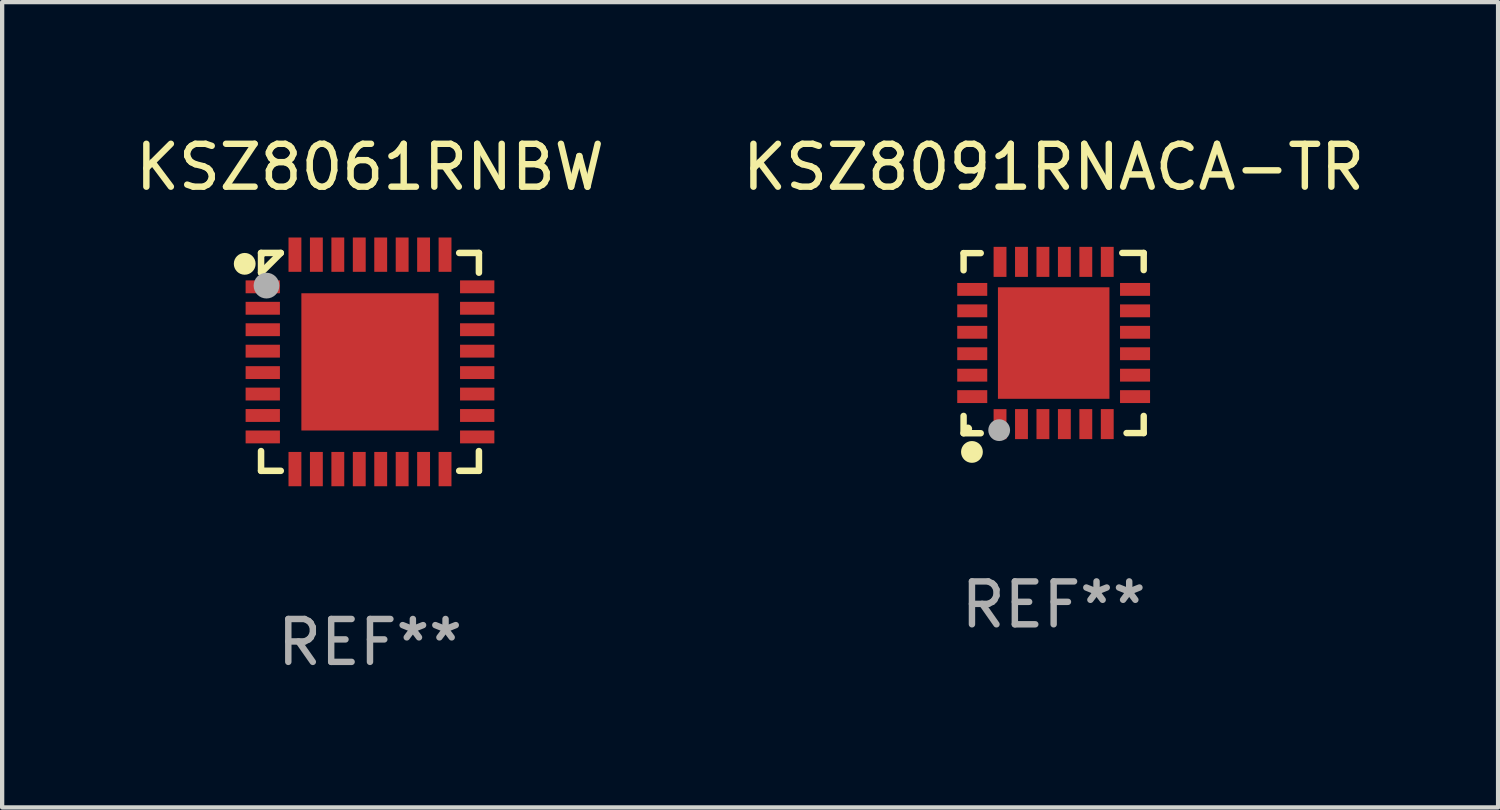
<source format=kicad_pcb>
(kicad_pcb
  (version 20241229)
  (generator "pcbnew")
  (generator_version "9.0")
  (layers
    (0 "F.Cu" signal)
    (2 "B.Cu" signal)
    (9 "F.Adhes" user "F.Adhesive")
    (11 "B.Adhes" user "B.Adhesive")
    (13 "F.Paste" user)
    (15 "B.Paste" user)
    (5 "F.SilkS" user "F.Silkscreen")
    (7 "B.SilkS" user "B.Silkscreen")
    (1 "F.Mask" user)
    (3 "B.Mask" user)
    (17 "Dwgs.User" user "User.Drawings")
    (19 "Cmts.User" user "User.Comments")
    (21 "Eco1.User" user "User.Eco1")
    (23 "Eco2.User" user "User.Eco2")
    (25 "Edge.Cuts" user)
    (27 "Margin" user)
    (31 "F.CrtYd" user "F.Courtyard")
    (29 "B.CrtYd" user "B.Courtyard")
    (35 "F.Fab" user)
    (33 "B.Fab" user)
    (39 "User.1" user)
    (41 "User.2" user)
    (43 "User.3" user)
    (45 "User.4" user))
  (footprint "KSZ8091RNACA-TR"
    (layer "F.Cu")
    (at 21.518 4.95)
    (property "Reference" "KSZ8091RNACA-TR" (at 0 -4.102 0) (layer "F.SilkS") (effects (font (size 1 1) (thickness 0.15))))
    (attr through_hole)
    (fp_line (start -2.1 -2.098) (end -1.7 -2.098) (stroke (width 0.15) (type solid)) (layer "F.SilkS"))
    (fp_line (start -2.1 -1.698) (end -2.1 -2.098) (stroke (width 0.15) (type solid)) (layer "F.SilkS"))
    (fp_line (start -2.1 2.102) (end -2.1 1.698) (stroke (width 0.15) (type solid)) (layer "F.SilkS"))
    (fp_line (start -1.7 2.102) (end -2.1 2.102) (stroke (width 0.15) (type solid)) (layer "F.SilkS"))
    (fp_line (start 1.6 -2.102) (end 2.1 -2.102) (stroke (width 0.15) (type solid)) (layer "F.SilkS"))
    (fp_line (start 1.7 2.098) (end 2.1 2.098) (stroke (width 0.15) (type solid)) (layer "F.SilkS"))
    (fp_line (start 2.1 -2.102) (end 2.1 -1.702) (stroke (width 0.15) (type solid)) (layer "F.SilkS"))
    (fp_line (start 2.1 2.098) (end 2.1 1.698) (stroke (width 0.15) (type solid)) (layer "F.SilkS"))
    (fp_circle (center -2 1.998) (end -1.95 1.998) (stroke (width 0.1) (type solid)) (fill no) (layer "F.SilkS"))
    (fp_circle (center -1.905 2.538) (end -1.778 2.538) (stroke (width 0.254) (type solid)) (fill no) (layer "F.SilkS"))
    (fp_circle (center -1.27 2.03) (end -1.143 2.03) (stroke (width 0.254) (type solid)) (fill no) (layer "F.Fab"))
    (fp_text user "REF**" (at 0 6.102 0) (layer "F.Fab") (effects (font (size 1 1) (thickness 0.15))))
    (pad "1" smd rect (at -1.25 1.89 180) (size 0.3 0.7) (layers "F.Cu" "F.Mask" "F.Paste"))
    (pad "2" smd rect (at -0.75 1.889 180) (size 0.3 0.7) (layers "F.Cu" "F.Mask" "F.Paste"))
    (pad "3" smd rect (at -0.25 1.889 180) (size 0.3 0.7) (layers "F.Cu" "F.Mask" "F.Paste"))
    (pad "4" smd rect (at 0.25 1.889 180) (size 0.3 0.7) (layers "F.Cu" "F.Mask" "F.Paste"))
    (pad "5" smd rect (at 0.75 1.889 180) (size 0.3 0.7) (layers "F.Cu" "F.Mask" "F.Paste"))
    (pad "6" smd rect (at 1.25 1.889 180) (size 0.3 0.7) (layers "F.Cu" "F.Mask" "F.Paste"))
    (pad "7" smd rect (at 1.898 1.248 270) (size 0.3 0.7) (layers "F.Cu" "F.Mask" "F.Paste"))
    (pad "8" smd rect (at 1.898 0.748 270) (size 0.3 0.7) (layers "F.Cu" "F.Mask" "F.Paste"))
    (pad "9" smd rect (at 1.898 0.248 270) (size 0.3 0.7) (layers "F.Cu" "F.Mask" "F.Paste"))
    (pad "10" smd rect (at 1.898 -0.252 270) (size 0.3 0.7) (layers "F.Cu" "F.Mask" "F.Paste"))
    (pad "11" smd rect (at 1.898 -0.752 270) (size 0.3 0.7) (layers "F.Cu" "F.Mask" "F.Paste"))
    (pad "12" smd rect (at 1.898 -1.252 270) (size 0.3 0.7) (layers "F.Cu" "F.Mask" "F.Paste"))
    (pad "13" smd rect (at 1.25 -1.894) (size 0.3 0.7) (layers "F.Cu" "F.Mask" "F.Paste"))
    (pad "14" smd rect (at 0.75 -1.894) (size 0.3 0.7) (layers "F.Cu" "F.Mask" "F.Paste"))
    (pad "15" smd rect (at 0.25 -1.894) (size 0.3 0.7) (layers "F.Cu" "F.Mask" "F.Paste"))
    (pad "16" smd rect (at -0.25 -1.894) (size 0.3 0.7) (layers "F.Cu" "F.Mask" "F.Paste"))
    (pad "17" smd rect (at -0.75 -1.894) (size 0.3 0.7) (layers "F.Cu" "F.Mask" "F.Paste"))
    (pad "18" smd rect (at -1.25 -1.894) (size 0.3 0.7) (layers "F.Cu" "F.Mask" "F.Paste"))
    (pad "19" smd rect (at -1.898 -1.252 90) (size 0.3 0.7) (layers "F.Cu" "F.Mask" "F.Paste"))
    (pad "20" smd rect (at -1.898 -0.752 90) (size 0.3 0.7) (layers "F.Cu" "F.Mask" "F.Paste"))
    (pad "21" smd rect (at -1.898 -0.252 90) (size 0.3 0.7) (layers "F.Cu" "F.Mask" "F.Paste"))
    (pad "22" smd rect (at -1.898 0.248 90) (size 0.3 0.7) (layers "F.Cu" "F.Mask" "F.Paste"))
    (pad "23" smd rect (at -1.898 0.748 90) (size 0.3 0.7) (layers "F.Cu" "F.Mask" "F.Paste"))
    (pad "24" smd rect (at -1.898 1.248 90) (size 0.3 0.7) (layers "F.Cu" "F.Mask" "F.Paste"))
    (pad "25" smd rect (at 0.001 -0.001 90) (size 2.6 2.6) (layers "F.Cu" "F.Mask" "F.Paste")))
  (footprint "KSZ8061RNBW"
    (layer "F.Cu")
    (at 5.577 5.388)
    (property "Reference" "KSZ8061RNBW" (at 0 -4.54 0) (layer "F.SilkS") (effects (font (size 1 1) (thickness 0.15))))
    (attr through_hole)
    (fp_line (start -2.54 -2.54) (end -2.08 -2.54) (stroke (width 0.152) (type solid)) (layer "F.SilkS"))
    (fp_line (start -2.54 -2.08) (end -2.54 -2.54) (stroke (width 0.152) (type solid)) (layer "F.SilkS"))
    (fp_line (start -2.54 -2.08) (end -2.08 -2.54) (stroke (width 0.152) (type solid)) (layer "F.SilkS"))
    (fp_line (start -2.54 2.54) (end -2.54 2.08) (stroke (width 0.152) (type solid)) (layer "F.SilkS"))
    (fp_line (start -2.08 2.54) (end -2.54 2.54) (stroke (width 0.152) (type solid)) (layer "F.SilkS"))
    (fp_line (start 2.08 -2.54) (end 2.54 -2.54) (stroke (width 0.152) (type solid)) (layer "F.SilkS"))
    (fp_line (start 2.54 -2.54) (end 2.54 -2.08) (stroke (width 0.152) (type solid)) (layer "F.SilkS"))
    (fp_line (start 2.54 2.08) (end 2.54 2.54) (stroke (width 0.152) (type solid)) (layer "F.SilkS"))
    (fp_line (start 2.54 2.54) (end 2.08 2.54) (stroke (width 0.152) (type solid)) (layer "F.SilkS"))
    (fp_circle (center -2.921 -2.286) (end -2.794 -2.286) (stroke (width 0.254) (type solid)) (fill no) (layer "F.SilkS"))
    (fp_circle (center -2.5 -2.5) (end -2.47 -2.5) (stroke (width 0.06) (type solid)) (fill no) (layer "F.SilkS"))
    (fp_circle (center -2.413 -1.778) (end -2.263 -1.778) (stroke (width 0.3) (type solid)) (fill no) (layer "F.Fab"))
    (fp_text user "REF**" (at 0 6.54 0) (layer "F.Fab") (effects (font (size 1 1) (thickness 0.15))))
    (pad "1" smd rect (at -2.5 -1.75 90) (size 0.3 0.8) (layers "F.Cu" "F.Mask" "F.Paste"))
    (pad "2" smd rect (at -2.5 -1.25 90) (size 0.3 0.8) (layers "F.Cu" "F.Mask" "F.Paste"))
    (pad "3" smd rect (at -2.5 -0.75 90) (size 0.3 0.8) (layers "F.Cu" "F.Mask" "F.Paste"))
    (pad "4" smd rect (at -2.5 -0.25 90) (size 0.3 0.8) (layers "F.Cu" "F.Mask" "F.Paste"))
    (pad "5" smd rect (at -2.5 0.25 90) (size 0.3 0.8) (layers "F.Cu" "F.Mask" "F.Paste"))
    (pad "6" smd rect (at -2.5 0.75 90) (size 0.3 0.8) (layers "F.Cu" "F.Mask" "F.Paste"))
    (pad "7" smd rect (at -2.5 1.25 90) (size 0.3 0.8) (layers "F.Cu" "F.Mask" "F.Paste"))
    (pad "8" smd rect (at -2.5 1.75 90) (size 0.3 0.8) (layers "F.Cu" "F.Mask" "F.Paste"))
    (pad "9" smd rect (at -1.75 2.5 180) (size 0.3 0.8) (layers "F.Cu" "F.Mask" "F.Paste"))
    (pad "10" smd rect (at -1.25 2.5 180) (size 0.3 0.8) (layers "F.Cu" "F.Mask" "F.Paste"))
    (pad "11" smd rect (at -0.75 2.5 180) (size 0.3 0.8) (layers "F.Cu" "F.Mask" "F.Paste"))
    (pad "12" smd rect (at -0.25 2.5 180) (size 0.3 0.8) (layers "F.Cu" "F.Mask" "F.Paste"))
    (pad "13" smd rect (at 0.25 2.5 180) (size 0.3 0.8) (layers "F.Cu" "F.Mask" "F.Paste"))
    (pad "14" smd rect (at 0.75 2.5 180) (size 0.3 0.8) (layers "F.Cu" "F.Mask" "F.Paste"))
    (pad "15" smd rect (at 1.25 2.5 180) (size 0.3 0.8) (layers "F.Cu" "F.Mask" "F.Paste"))
    (pad "16" smd rect (at 1.75 2.5 180) (size 0.3 0.8) (layers "F.Cu" "F.Mask" "F.Paste"))
    (pad "17" smd rect (at 2.5 1.75 270) (size 0.3 0.8) (layers "F.Cu" "F.Mask" "F.Paste"))
    (pad "18" smd rect (at 2.5 1.25 270) (size 0.3 0.8) (layers "F.Cu" "F.Mask" "F.Paste"))
    (pad "19" smd rect (at 2.5 0.75 270) (size 0.3 0.8) (layers "F.Cu" "F.Mask" "F.Paste"))
    (pad "20" smd rect (at 2.5 0.25 270) (size 0.3 0.8) (layers "F.Cu" "F.Mask" "F.Paste"))
    (pad "21" smd rect (at 2.5 -0.25 270) (size 0.3 0.8) (layers "F.Cu" "F.Mask" "F.Paste"))
    (pad "22" smd rect (at 2.5 -0.75 270) (size 0.3 0.8) (layers "F.Cu" "F.Mask" "F.Paste"))
    (pad "23" smd rect (at 2.5 -1.25 270) (size 0.3 0.8) (layers "F.Cu" "F.Mask" "F.Paste"))
    (pad "24" smd rect (at 2.5 -1.75 270) (size 0.3 0.8) (layers "F.Cu" "F.Mask" "F.Paste"))
    (pad "25" smd rect (at 1.75 -2.5) (size 0.3 0.8) (layers "F.Cu" "F.Mask" "F.Paste"))
    (pad "26" smd rect (at 1.25 -2.5) (size 0.3 0.8) (layers "F.Cu" "F.Mask" "F.Paste"))
    (pad "27" smd rect (at 0.75 -2.5) (size 0.3 0.8) (layers "F.Cu" "F.Mask" "F.Paste"))
    (pad "28" smd rect (at 0.25 -2.5) (size 0.3 0.8) (layers "F.Cu" "F.Mask" "F.Paste"))
    (pad "29" smd rect (at -0.25 -2.5) (size 0.3 0.8) (layers "F.Cu" "F.Mask" "F.Paste"))
    (pad "30" smd rect (at -0.75 -2.5) (size 0.3 0.8) (layers "F.Cu" "F.Mask" "F.Paste"))
    (pad "31" smd rect (at -1.25 -2.5) (size 0.3 0.8) (layers "F.Cu" "F.Mask" "F.Paste"))
    (pad "32" smd rect (at -1.75 -2.5) (size 0.3 0.8) (layers "F.Cu" "F.Mask" "F.Paste"))
    (pad "33" smd rect (at 0 0 90) (size 3.2 3.2) (layers "F.Cu" "F.Mask" "F.Paste")))
  (gr_rect
    (start -3 -3)
    (end 31.881 15.777)
    (stroke (width 0.1) (type default))
    (fill no)
    (layer "Edge.Cuts")))
</source>
